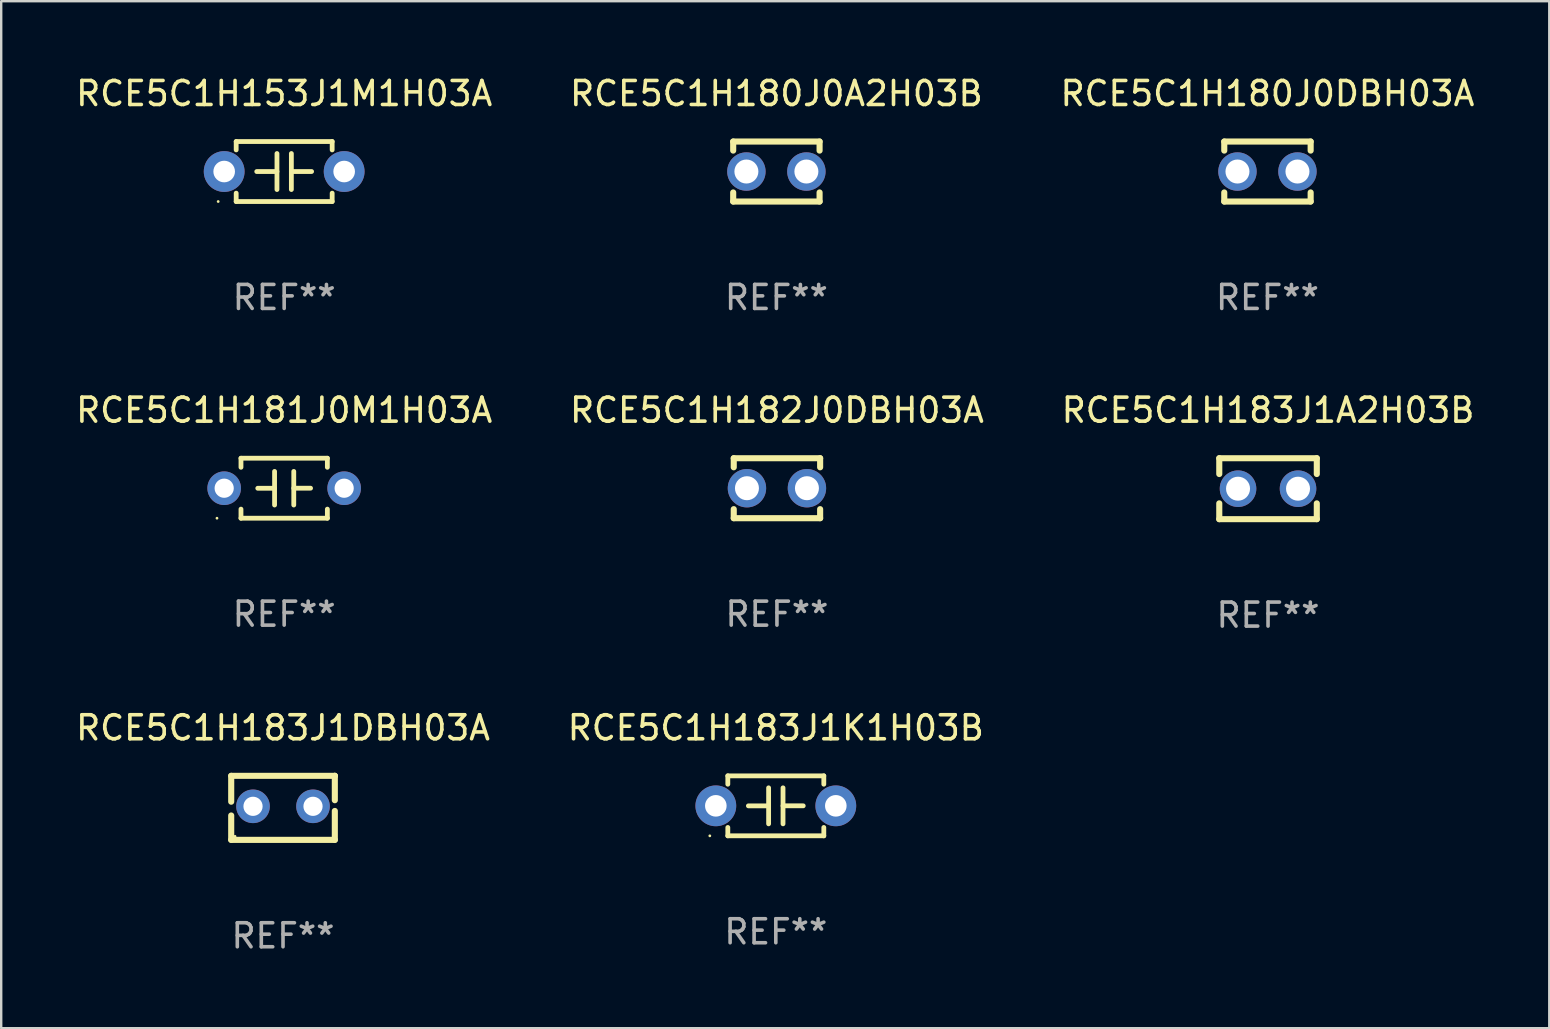
<source format=kicad_pcb>
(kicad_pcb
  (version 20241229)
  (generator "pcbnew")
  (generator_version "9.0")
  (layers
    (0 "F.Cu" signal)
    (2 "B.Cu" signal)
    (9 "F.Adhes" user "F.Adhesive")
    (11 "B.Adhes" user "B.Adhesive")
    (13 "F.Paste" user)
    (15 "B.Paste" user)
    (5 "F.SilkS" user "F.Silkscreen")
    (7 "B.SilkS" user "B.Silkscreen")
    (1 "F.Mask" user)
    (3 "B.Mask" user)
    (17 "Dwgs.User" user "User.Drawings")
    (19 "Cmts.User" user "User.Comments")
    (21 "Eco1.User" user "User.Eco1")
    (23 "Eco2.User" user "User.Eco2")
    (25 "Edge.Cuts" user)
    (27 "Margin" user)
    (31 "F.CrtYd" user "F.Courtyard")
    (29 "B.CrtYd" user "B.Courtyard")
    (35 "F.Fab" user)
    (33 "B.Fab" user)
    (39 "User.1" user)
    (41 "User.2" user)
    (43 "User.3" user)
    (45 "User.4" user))
  (footprint "RCE5C1H183J1A2H03B"
    (layer "F.Cu")
    (at 49.792 17.315)
    (property "Reference" "RCE5C1H183J1A2H03B" (at 0 -3.27 0) (layer "F.SilkS") (effects (font (size 1 1) (thickness 0.15))))
    (attr through_hole)
    (fp_line (start -2.032 -1.27) (end -2.032 -0.611) (stroke (width 0.254) (type solid)) (layer "F.SilkS"))
    (fp_line (start -2.032 0.611) (end -2.032 1.27) (stroke (width 0.254) (type solid)) (layer "F.SilkS"))
    (fp_line (start -2.032 1.27) (end 2.032 1.27) (stroke (width 0.254) (type solid)) (layer "F.SilkS"))
    (fp_line (start 2.032 -1.27) (end -2.032 -1.27) (stroke (width 0.254) (type solid)) (layer "F.SilkS"))
    (fp_line (start 2.032 -0.611) (end 2.032 -1.27) (stroke (width 0.254) (type solid)) (layer "F.SilkS"))
    (fp_line (start 2.032 1.27) (end 2.032 0.611) (stroke (width 0.254) (type solid)) (layer "F.SilkS"))
    (fp_circle (center -2 1.25) (end -1.97 1.25) (stroke (width 0.06) (type solid)) (fill no) (layer "F.SilkS"))
    (fp_text user "REF**" (at 0 5.27 0) (layer "F.Fab") (effects (font (size 1 1) (thickness 0.15))))
    (pad "1" thru_hole circle (at -1.25 0) (size 1.524 1.524) (drill 1) (layers "*.Cu" "*.Mask"))
    (pad "2" thru_hole circle (at 1.25 0) (size 1.524 1.524) (drill 1) (layers "*.Cu" "*.Mask")))
  (footprint "RCE5C1H180J0DBH03A"
    (layer "F.Cu")
    (at 49.768 4.098)
    (property "Reference" "RCE5C1H180J0DBH03A" (at 0 -3.25 0) (layer "F.SilkS") (effects (font (size 1 1) (thickness 0.15))))
    (attr through_hole)
    (fp_line (start -1.8 -1.25) (end -1.8 -0.872) (stroke (width 0.254) (type solid)) (layer "F.SilkS"))
    (fp_line (start -1.8 -1.25) (end 1.8 -1.25) (stroke (width 0.254) (type solid)) (layer "F.SilkS"))
    (fp_line (start -1.8 0.872) (end -1.8 1.25) (stroke (width 0.254) (type solid)) (layer "F.SilkS"))
    (fp_line (start -1.8 1.25) (end 1.8 1.25) (stroke (width 0.254) (type solid)) (layer "F.SilkS"))
    (fp_line (start 1.8 -1.25) (end 1.8 -0.872) (stroke (width 0.254) (type solid)) (layer "F.SilkS"))
    (fp_line (start 1.8 0.872) (end 1.8 1.25) (stroke (width 0.254) (type solid)) (layer "F.SilkS"))
    (fp_circle (center -1.8 1.25) (end -1.77 1.25) (stroke (width 0.06) (type solid)) (fill no) (layer "F.SilkS"))
    (fp_text user "REF**" (at 0 5.25 0) (layer "F.Fab") (effects (font (size 1 1) (thickness 0.15))))
    (pad "1" thru_hole circle (at -1.25 0) (size 1.6 1.6) (drill 1) (layers "*.Cu" "*.Mask"))
    (pad "2" thru_hole circle (at 1.25 0) (size 1.6 1.6) (drill 1) (layers "*.Cu" "*.Mask")))
  (footprint "RCE5C1H183J1DBH03A"
    (layer "F.Cu")
    (at 8.744 30.615)
    (property "Reference" "RCE5C1H183J1DBH03A" (at 0 -3.334 0) (layer "F.SilkS") (effects (font (size 1 1) (thickness 0.15))))
    (attr through_hole)
    (fp_line (start -2.159 -1.334) (end 2.159 -1.334) (stroke (width 0.254) (type solid)) (layer "F.SilkS"))
    (fp_line (start -2.159 -0.256) (end -2.159 -1.334) (stroke (width 0.254) (type solid)) (layer "F.SilkS"))
    (fp_line (start -2.159 1.334) (end -2.159 0.318) (stroke (width 0.254) (type solid)) (layer "F.SilkS"))
    (fp_line (start 2.159 -1.334) (end 2.159 -1.334) (stroke (width 0.254) (type solid)) (layer "F.SilkS"))
    (fp_line (start 2.159 -1.334) (end 2.159 -0.318) (stroke (width 0.254) (type solid)) (layer "F.SilkS"))
    (fp_line (start 2.159 0.129) (end 2.159 1.334) (stroke (width 0.254) (type solid)) (layer "F.SilkS"))
    (fp_line (start 2.159 1.334) (end -2.159 1.334) (stroke (width 0.254) (type solid)) (layer "F.SilkS"))
    (fp_circle (center -2 1.186) (end -1.97 1.186) (stroke (width 0.06) (type solid)) (fill no) (layer "F.SilkS"))
    (fp_text user "REF**" (at 0 5.334 0) (layer "F.Fab") (effects (font (size 1 1) (thickness 0.15))))
    (pad "1" thru_hole circle (at -1.25 -0.064) (size 1.4 1.4) (drill 0.8) (layers "*.Cu" "*.Mask"))
    (pad "2" thru_hole circle (at 1.25 -0.064) (size 1.4 1.4) (drill 0.8) (layers "*.Cu" "*.Mask")))
  (footprint "RCE5C1H153J1M1H03A"
    (layer "F.Cu")
    (at 8.792 4.098)
    (property "Reference" "RCE5C1H153J1M1H03A" (at 0 -3.25 0) (layer "F.SilkS") (effects (font (size 1 1) (thickness 0.15))))
    (attr through_hole)
    (fp_line (start -2 -1.25) (end -2 -0.901) (stroke (width 0.2) (type solid)) (layer "F.SilkS"))
    (fp_line (start -2 -1.25) (end 2 -1.25) (stroke (width 0.2) (type solid)) (layer "F.SilkS"))
    (fp_line (start -2 0.901) (end -2 1.25) (stroke (width 0.2) (type solid)) (layer "F.SilkS"))
    (fp_line (start -0.3 -0.75) (end -0.3 0.75) (stroke (width 0.2) (type solid)) (layer "F.SilkS"))
    (fp_line (start -0.3 0.001) (end -1.143 0.001) (stroke (width 0.2) (type solid)) (layer "F.SilkS"))
    (fp_line (start 0.3 -0.001) (end 1.143 -0.001) (stroke (width 0.2) (type solid)) (layer "F.SilkS"))
    (fp_line (start 0.3 0.75) (end 0.3 -0.75) (stroke (width 0.2) (type solid)) (layer "F.SilkS"))
    (fp_line (start 2 -1.25) (end 2 -0.901) (stroke (width 0.2) (type solid)) (layer "F.SilkS"))
    (fp_line (start 2 0.901) (end 2 1.25) (stroke (width 0.2) (type solid)) (layer "F.SilkS"))
    (fp_line (start 2 1.25) (end -2 1.25) (stroke (width 0.2) (type solid)) (layer "F.SilkS"))
    (fp_circle (center -2.75 1.25) (end -2.72 1.25) (stroke (width 0.06) (type solid)) (fill no) (layer "F.SilkS"))
    (fp_text user "REF**" (at 0 5.25 0) (layer "F.Fab") (effects (font (size 1 1) (thickness 0.15))))
    (pad "1" thru_hole circle (at -2.5 0) (size 1.7 1.7) (drill 0.9) (layers "*.Cu" "*.Mask"))
    (pad "2" thru_hole circle (at 2.5 0) (size 1.7 1.7) (drill 0.9) (layers "*.Cu" "*.Mask")))
  (footprint "RCE5C1H183J1K1H03B"
    (layer "F.Cu")
    (at 29.28 30.531)
    (property "Reference" "RCE5C1H183J1K1H03B" (at 0 -3.25 0) (layer "F.SilkS") (effects (font (size 1 1) (thickness 0.15))))
    (attr through_hole)
    (fp_line (start -2 -1.25) (end -2 -0.901) (stroke (width 0.2) (type solid)) (layer "F.SilkS"))
    (fp_line (start -2 -1.25) (end 2 -1.25) (stroke (width 0.2) (type solid)) (layer "F.SilkS"))
    (fp_line (start -2 0.901) (end -2 1.25) (stroke (width 0.2) (type solid)) (layer "F.SilkS"))
    (fp_line (start -0.3 -0.75) (end -0.3 0.75) (stroke (width 0.2) (type solid)) (layer "F.SilkS"))
    (fp_line (start -0.3 0.001) (end -1.143 0.001) (stroke (width 0.2) (type solid)) (layer "F.SilkS"))
    (fp_line (start 0.3 -0.001) (end 1.143 -0.001) (stroke (width 0.2) (type solid)) (layer "F.SilkS"))
    (fp_line (start 0.3 0.75) (end 0.3 -0.75) (stroke (width 0.2) (type solid)) (layer "F.SilkS"))
    (fp_line (start 2 -1.25) (end 2 -0.901) (stroke (width 0.2) (type solid)) (layer "F.SilkS"))
    (fp_line (start 2 0.901) (end 2 1.25) (stroke (width 0.2) (type solid)) (layer "F.SilkS"))
    (fp_line (start 2 1.25) (end -2 1.25) (stroke (width 0.2) (type solid)) (layer "F.SilkS"))
    (fp_circle (center -2.75 1.25) (end -2.72 1.25) (stroke (width 0.06) (type solid)) (fill no) (layer "F.SilkS"))
    (fp_text user "REF**" (at 0 5.25 0) (layer "F.Fab") (effects (font (size 1 1) (thickness 0.15))))
    (pad "1" thru_hole circle (at -2.5 0) (size 1.7 1.7) (drill 0.9) (layers "*.Cu" "*.Mask"))
    (pad "2" thru_hole circle (at 2.5 0) (size 1.7 1.7) (drill 0.9) (layers "*.Cu" "*.Mask")))
  (footprint "RCE5C1H181J0M1H03A"
    (layer "F.Cu")
    (at 8.792 17.295)
    (property "Reference" "RCE5C1H181J0M1H03A" (at 0 -3.25 0) (layer "F.SilkS") (effects (font (size 1 1) (thickness 0.15))))
    (attr through_hole)
    (fp_line (start -1.8 -1.25) (end -1.8 -0.872) (stroke (width 0.2) (type solid)) (layer "F.SilkS"))
    (fp_line (start -1.8 -1.25) (end 1.8 -1.25) (stroke (width 0.2) (type solid)) (layer "F.SilkS"))
    (fp_line (start -1.8 0.872) (end -1.8 1.25) (stroke (width 0.2) (type solid)) (layer "F.SilkS"))
    (fp_line (start -1.8 1.25) (end 1.8 1.25) (stroke (width 0.2) (type solid)) (layer "F.SilkS"))
    (fp_line (start -0.4 -0.7) (end -0.4 0.7) (stroke (width 0.2) (type solid)) (layer "F.SilkS"))
    (fp_line (start -0.4 0.002) (end -1.1 0.002) (stroke (width 0.2) (type solid)) (layer "F.SilkS"))
    (fp_line (start 0.4 -0.001) (end 1.1 -0.001) (stroke (width 0.2) (type solid)) (layer "F.SilkS"))
    (fp_line (start 0.4 0.7) (end 0.4 -0.7) (stroke (width 0.2) (type solid)) (layer "F.SilkS"))
    (fp_line (start 1.8 -1.25) (end 1.8 -0.872) (stroke (width 0.2) (type solid)) (layer "F.SilkS"))
    (fp_line (start 1.8 0.872) (end 1.8 1.25) (stroke (width 0.2) (type solid)) (layer "F.SilkS"))
    (fp_circle (center -2.8 1.25) (end -2.77 1.25) (stroke (width 0.06) (type solid)) (fill no) (layer "F.SilkS"))
    (fp_text user "REF**" (at 0 5.25 0) (layer "F.Fab") (effects (font (size 1 1) (thickness 0.15))))
    (pad "1" thru_hole circle (at -2.5 0) (size 1.4 1.4) (drill 0.8) (layers "*.Cu" "*.Mask"))
    (pad "2" thru_hole circle (at 2.5 0) (size 1.4 1.4) (drill 0.8) (layers "*.Cu" "*.Mask")))
  (footprint "RCE5C1H182J0DBH03A"
    (layer "F.Cu")
    (at 29.327 17.295)
    (property "Reference" "RCE5C1H182J0DBH03A" (at 0 -3.25 0) (layer "F.SilkS") (effects (font (size 1 1) (thickness 0.15))))
    (attr through_hole)
    (fp_line (start -1.8 -1.25) (end -1.8 -0.872) (stroke (width 0.254) (type solid)) (layer "F.SilkS"))
    (fp_line (start -1.8 -1.25) (end 1.8 -1.25) (stroke (width 0.254) (type solid)) (layer "F.SilkS"))
    (fp_line (start -1.8 0.872) (end -1.8 1.25) (stroke (width 0.254) (type solid)) (layer "F.SilkS"))
    (fp_line (start -1.8 1.25) (end 1.8 1.25) (stroke (width 0.254) (type solid)) (layer "F.SilkS"))
    (fp_line (start 1.8 -1.25) (end 1.8 -0.872) (stroke (width 0.254) (type solid)) (layer "F.SilkS"))
    (fp_line (start 1.8 0.872) (end 1.8 1.25) (stroke (width 0.254) (type solid)) (layer "F.SilkS"))
    (fp_circle (center -1.8 1.25) (end -1.77 1.25) (stroke (width 0.06) (type solid)) (fill no) (layer "F.SilkS"))
    (fp_text user "REF**" (at 0 5.25 0) (layer "F.Fab") (effects (font (size 1 1) (thickness 0.15))))
    (pad "1" thru_hole circle (at -1.25 0) (size 1.6 1.6) (drill 1) (layers "*.Cu" "*.Mask"))
    (pad "2" thru_hole circle (at 1.25 0) (size 1.6 1.6) (drill 1) (layers "*.Cu" "*.Mask")))
  (footprint "RCE5C1H180J0A2H03B"
    (layer "F.Cu")
    (at 29.304 4.098)
    (property "Reference" "RCE5C1H180J0A2H03B" (at 0 -3.25 0) (layer "F.SilkS") (effects (font (size 1 1) (thickness 0.15))))
    (attr through_hole)
    (fp_line (start -1.8 -1.25) (end -1.8 -0.872) (stroke (width 0.254) (type solid)) (layer "F.SilkS"))
    (fp_line (start -1.8 -1.25) (end 1.8 -1.25) (stroke (width 0.254) (type solid)) (layer "F.SilkS"))
    (fp_line (start -1.8 0.872) (end -1.8 1.25) (stroke (width 0.254) (type solid)) (layer "F.SilkS"))
    (fp_line (start -1.8 1.25) (end 1.8 1.25) (stroke (width 0.254) (type solid)) (layer "F.SilkS"))
    (fp_line (start 1.8 -1.25) (end 1.8 -0.872) (stroke (width 0.254) (type solid)) (layer "F.SilkS"))
    (fp_line (start 1.8 0.872) (end 1.8 1.25) (stroke (width 0.254) (type solid)) (layer "F.SilkS"))
    (fp_circle (center -1.8 1.25) (end -1.77 1.25) (stroke (width 0.06) (type solid)) (fill no) (layer "F.SilkS"))
    (fp_text user "REF**" (at 0 5.25 0) (layer "F.Fab") (effects (font (size 1 1) (thickness 0.15))))
    (pad "1" thru_hole circle (at -1.25 0) (size 1.6 1.6) (drill 1) (layers "*.Cu" "*.Mask"))
    (pad "2" thru_hole circle (at 1.25 0) (size 1.6 1.6) (drill 1) (layers "*.Cu" "*.Mask")))
  (gr_rect
    (start -3 -3)
    (end 61.512 39.797)
    (stroke (width 0.1) (type default))
    (fill no)
    (layer "Edge.Cuts")))
</source>
